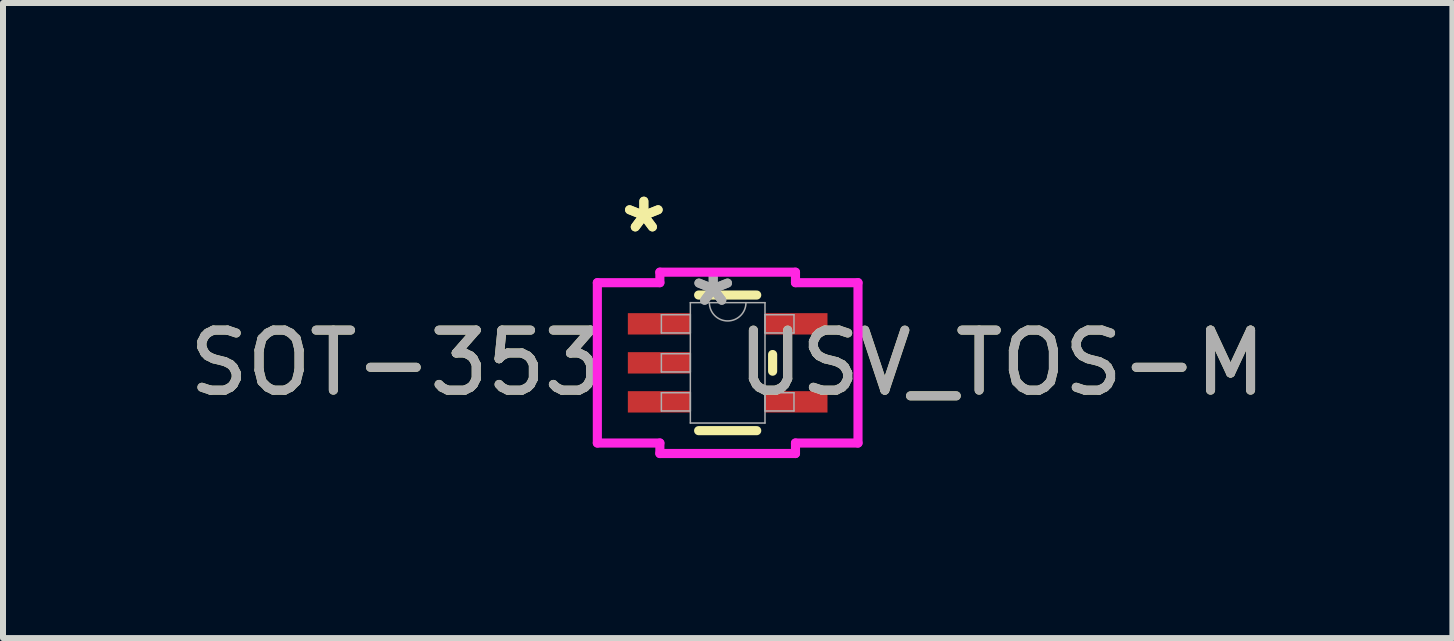
<source format=kicad_pcb>
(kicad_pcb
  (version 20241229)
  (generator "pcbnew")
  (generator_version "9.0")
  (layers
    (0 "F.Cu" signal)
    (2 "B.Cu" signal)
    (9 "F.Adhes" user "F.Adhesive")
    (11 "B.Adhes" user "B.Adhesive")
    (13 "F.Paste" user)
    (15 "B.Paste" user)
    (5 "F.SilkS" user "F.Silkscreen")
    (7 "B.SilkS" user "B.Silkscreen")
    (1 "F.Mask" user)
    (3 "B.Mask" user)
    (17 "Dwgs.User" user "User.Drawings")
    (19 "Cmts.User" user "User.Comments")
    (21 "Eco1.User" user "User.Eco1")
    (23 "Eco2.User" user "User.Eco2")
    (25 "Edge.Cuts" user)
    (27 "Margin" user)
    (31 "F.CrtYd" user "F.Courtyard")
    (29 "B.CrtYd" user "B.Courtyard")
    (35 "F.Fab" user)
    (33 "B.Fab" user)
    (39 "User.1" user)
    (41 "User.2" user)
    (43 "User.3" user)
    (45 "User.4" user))
  (footprint "SOT-353   USV_TOS-M"
    (layer "F.Cu")
    (at 9.077 2.997)
    (property "Reference" "SOT-353   USV_TOS-M" (at 0 0 0) (unlocked yes) (layer "F.SilkS") (effects (font (size 1 1) (thickness 0.15))))
    (attr smd)
    (fp_line (start -0.484 1.13) (end 0.484 1.13) (stroke (width 0.152) (type solid)) (layer "F.SilkS"))
    (fp_line (start 0.484 -1.13) (end -0.484 -1.13) (stroke (width 0.152) (type solid)) (layer "F.SilkS"))
    (fp_line (start 0.749 0.139) (end 0.749 -0.139) (stroke (width 0.152) (type solid)) (layer "F.SilkS"))
    (fp_line (start -2.172 -1.336) (end -1.13 -1.336) (stroke (width 0.152) (type solid)) (layer "F.CrtYd"))
    (fp_line (start -2.172 1.336) (end -2.172 -1.336) (stroke (width 0.152) (type solid)) (layer "F.CrtYd"))
    (fp_line (start -2.172 1.336) (end -1.13 1.336) (stroke (width 0.152) (type solid)) (layer "F.CrtYd"))
    (fp_line (start -1.13 -1.511) (end 1.13 -1.511) (stroke (width 0.152) (type solid)) (layer "F.CrtYd"))
    (fp_line (start -1.13 -1.336) (end -1.13 -1.511) (stroke (width 0.152) (type solid)) (layer "F.CrtYd"))
    (fp_line (start -1.13 1.511) (end -1.13 1.336) (stroke (width 0.152) (type solid)) (layer "F.CrtYd"))
    (fp_line (start 1.13 -1.511) (end 1.13 -1.336) (stroke (width 0.152) (type solid)) (layer "F.CrtYd"))
    (fp_line (start 1.13 1.336) (end 1.13 1.511) (stroke (width 0.152) (type solid)) (layer "F.CrtYd"))
    (fp_line (start 1.13 1.511) (end -1.13 1.511) (stroke (width 0.152) (type solid)) (layer "F.CrtYd"))
    (fp_line (start 2.172 -1.336) (end 1.13 -1.336) (stroke (width 0.152) (type solid)) (layer "F.CrtYd"))
    (fp_line (start 2.172 -1.336) (end 2.172 1.336) (stroke (width 0.152) (type solid)) (layer "F.CrtYd"))
    (fp_line (start 2.172 1.336) (end 1.13 1.336) (stroke (width 0.152) (type solid)) (layer "F.CrtYd"))
    (fp_line (start -1.105 -0.802) (end -1.105 -0.498) (stroke (width 0.025) (type solid)) (layer "F.Fab"))
    (fp_line (start -1.105 -0.498) (end -0.622 -0.498) (stroke (width 0.025) (type solid)) (layer "F.Fab"))
    (fp_line (start -1.105 -0.152) (end -1.105 0.152) (stroke (width 0.025) (type solid)) (layer "F.Fab"))
    (fp_line (start -1.105 0.152) (end -0.622 0.152) (stroke (width 0.025) (type solid)) (layer "F.Fab"))
    (fp_line (start -1.105 0.498) (end -1.105 0.802) (stroke (width 0.025) (type solid)) (layer "F.Fab"))
    (fp_line (start -1.105 0.802) (end -0.622 0.802) (stroke (width 0.025) (type solid)) (layer "F.Fab"))
    (fp_line (start -0.622 -1.003) (end -0.622 1.003) (stroke (width 0.025) (type solid)) (layer "F.Fab"))
    (fp_line (start -0.622 -0.802) (end -1.105 -0.802) (stroke (width 0.025) (type solid)) (layer "F.Fab"))
    (fp_line (start -0.622 -0.498) (end -0.622 -0.802) (stroke (width 0.025) (type solid)) (layer "F.Fab"))
    (fp_line (start -0.622 -0.152) (end -1.105 -0.152) (stroke (width 0.025) (type solid)) (layer "F.Fab"))
    (fp_line (start -0.622 0.152) (end -0.622 -0.152) (stroke (width 0.025) (type solid)) (layer "F.Fab"))
    (fp_line (start -0.622 0.498) (end -1.105 0.498) (stroke (width 0.025) (type solid)) (layer "F.Fab"))
    (fp_line (start -0.622 0.802) (end -0.622 0.498) (stroke (width 0.025) (type solid)) (layer "F.Fab"))
    (fp_line (start -0.622 1.003) (end 0.622 1.003) (stroke (width 0.025) (type solid)) (layer "F.Fab"))
    (fp_line (start 0.622 -1.003) (end -0.622 -1.003) (stroke (width 0.025) (type solid)) (layer "F.Fab"))
    (fp_line (start 0.622 -0.802) (end 0.622 -0.498) (stroke (width 0.025) (type solid)) (layer "F.Fab"))
    (fp_line (start 0.622 -0.498) (end 1.105 -0.498) (stroke (width 0.025) (type solid)) (layer "F.Fab"))
    (fp_line (start 0.622 0.498) (end 0.622 0.802) (stroke (width 0.025) (type solid)) (layer "F.Fab"))
    (fp_line (start 0.622 0.802) (end 1.105 0.802) (stroke (width 0.025) (type solid)) (layer "F.Fab"))
    (fp_line (start 0.622 1.003) (end 0.622 -1.003) (stroke (width 0.025) (type solid)) (layer "F.Fab"))
    (fp_line (start 1.105 -0.802) (end 0.622 -0.802) (stroke (width 0.025) (type solid)) (layer "F.Fab"))
    (fp_line (start 1.105 -0.498) (end 1.105 -0.802) (stroke (width 0.025) (type solid)) (layer "F.Fab"))
    (fp_line (start 1.105 0.498) (end 0.622 0.498) (stroke (width 0.025) (type solid)) (layer "F.Fab"))
    (fp_line (start 1.105 0.802) (end 1.105 0.498) (stroke (width 0.025) (type solid)) (layer "F.Fab"))
    (fp_arc (start 0.3048 -1.0033) (mid 0 -0.6985) (end -0.3048 -1.0033) (stroke (width 0.0254) (type solid)) (layer "F.Fab"))
    (fp_text user "*" (at -1.397 -2.149 0) (unlocked yes) (layer "F.SilkS") (effects (font (size 1 1) (thickness 0.15))))
    (fp_text user "*" (at -1.397 -2.149 0) (layer "F.SilkS") (effects (font (size 1 1) (thickness 0.15))))
    (fp_text user "${REFERENCE}" (at 0 0 0) (unlocked yes) (layer "F.Fab") (effects (font (size 1 1) (thickness 0.15))))
    (fp_text user "*" (at -0.241 -0.927 0) (layer "F.Fab") (effects (font (size 1 1) (thickness 0.15))))
    (fp_text user "*" (at -0.241 -0.927 0) (unlocked yes) (layer "F.Fab") (effects (font (size 1 1) (thickness 0.15))))
    (pad "1" smd rect (at -1.143 -0.65) (size 1.041 0.356) (layers "F.Cu" "F.Mask" "F.Paste"))
    (pad "2" smd rect (at -1.143 0) (size 1.041 0.356) (layers "F.Cu" "F.Mask" "F.Paste"))
    (pad "3" smd rect (at -1.143 0.65) (size 1.041 0.356) (layers "F.Cu" "F.Mask" "F.Paste"))
    (pad "4" smd rect (at 1.143 0.65) (size 1.041 0.356) (layers "F.Cu" "F.Mask" "F.Paste"))
    (pad "5" smd rect (at 1.143 -0.65) (size 1.041 0.356) (layers "F.Cu" "F.Mask" "F.Paste")))
  (gr_rect
    (start -3 -3)
    (end 21.155 7.584)
    (stroke (width 0.1) (type default))
    (fill no)
    (layer "Edge.Cuts")))
</source>
